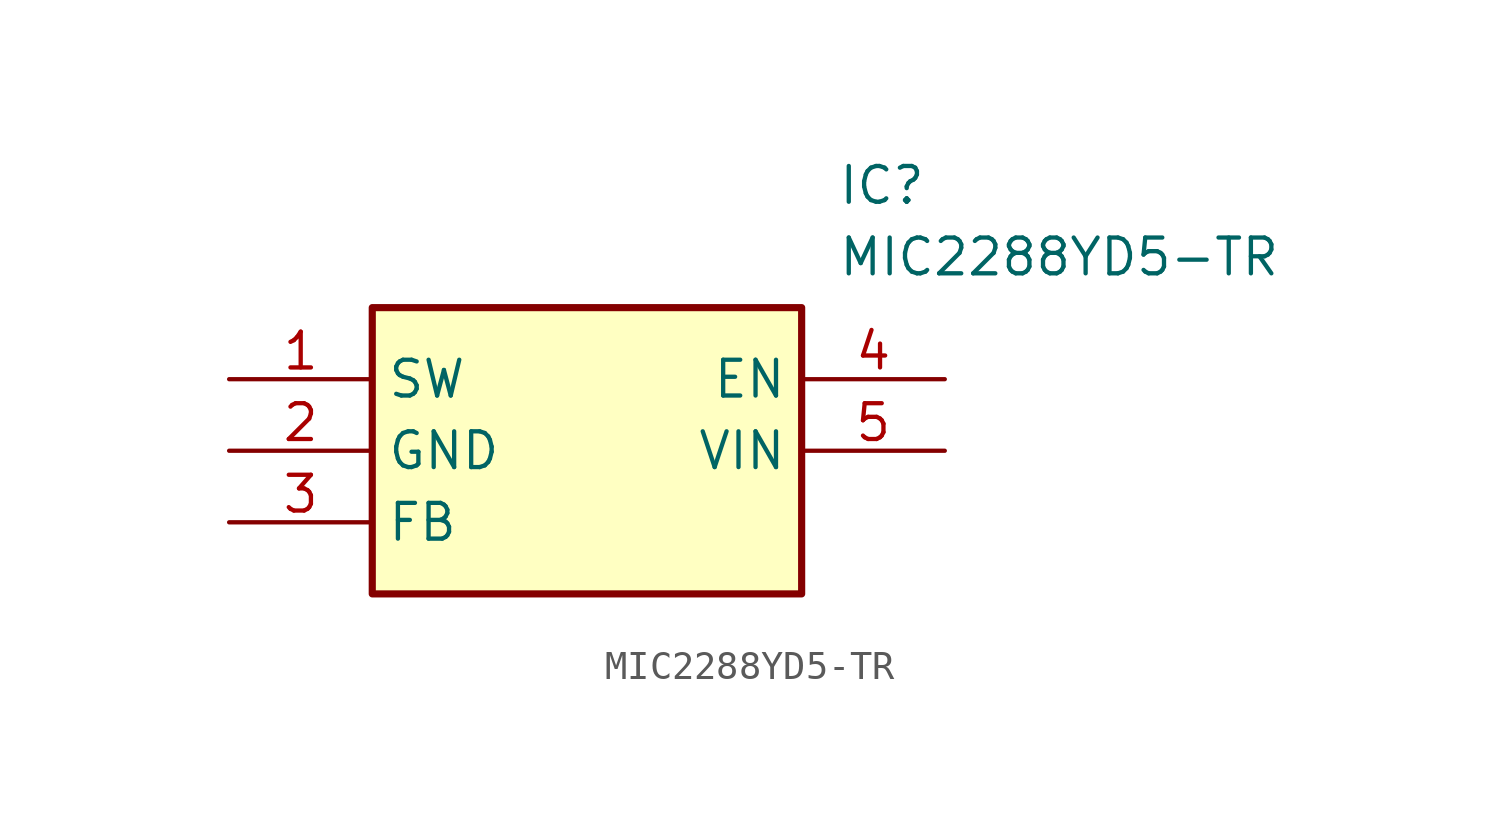
<source format=kicad_sym>
(kicad_symbol_lib
  (version 20211014)
  (generator SamacSys_ECAD_Model)
  (symbol "MIC2288YD5-TR"
    (property "Reference" "IC"
      (at 21.59 7.62 0)
      (effects (font (size 1.27 1.27)) (justify left top)))
    (property "Value" "MIC2288YD5-TR"
      (at 21.59 5.08 0)
      (effects (font (size 1.27 1.27)) (justify left top)))
    (rectangle
      (start 5.08 2.54)
      (end 20.32 -7.62)
      (stroke (width 0.254) (type default))
      (fill (type background)))
    (pin passive line
      (at 0 0 0)
      (length 5.08)
      (name "SW" (effects (font (size 1.27 1.27))))
      (number "1" (effects (font (size 1.27 1.27)))))
    (pin passive line
      (at 0 -2.54 0)
      (length 5.08)
      (name "GND" (effects (font (size 1.27 1.27))))
      (number "2" (effects (font (size 1.27 1.27)))))
    (pin passive line
      (at 0 -5.08 0)
      (length 5.08)
      (name "FB" (effects (font (size 1.27 1.27))))
      (number "3" (effects (font (size 1.27 1.27)))))
    (pin passive line
      (at 25.4 0 180)
      (length 5.08)
      (name "EN" (effects (font (size 1.27 1.27))))
      (number "4" (effects (font (size 1.27 1.27)))))
    (pin passive line
      (at 25.4 -2.54 180)
      (length 5.08)
      (name "VIN" (effects (font (size 1.27 1.27))))
      (number "5" (effects (font (size 1.27 1.27)))))))
</source>
